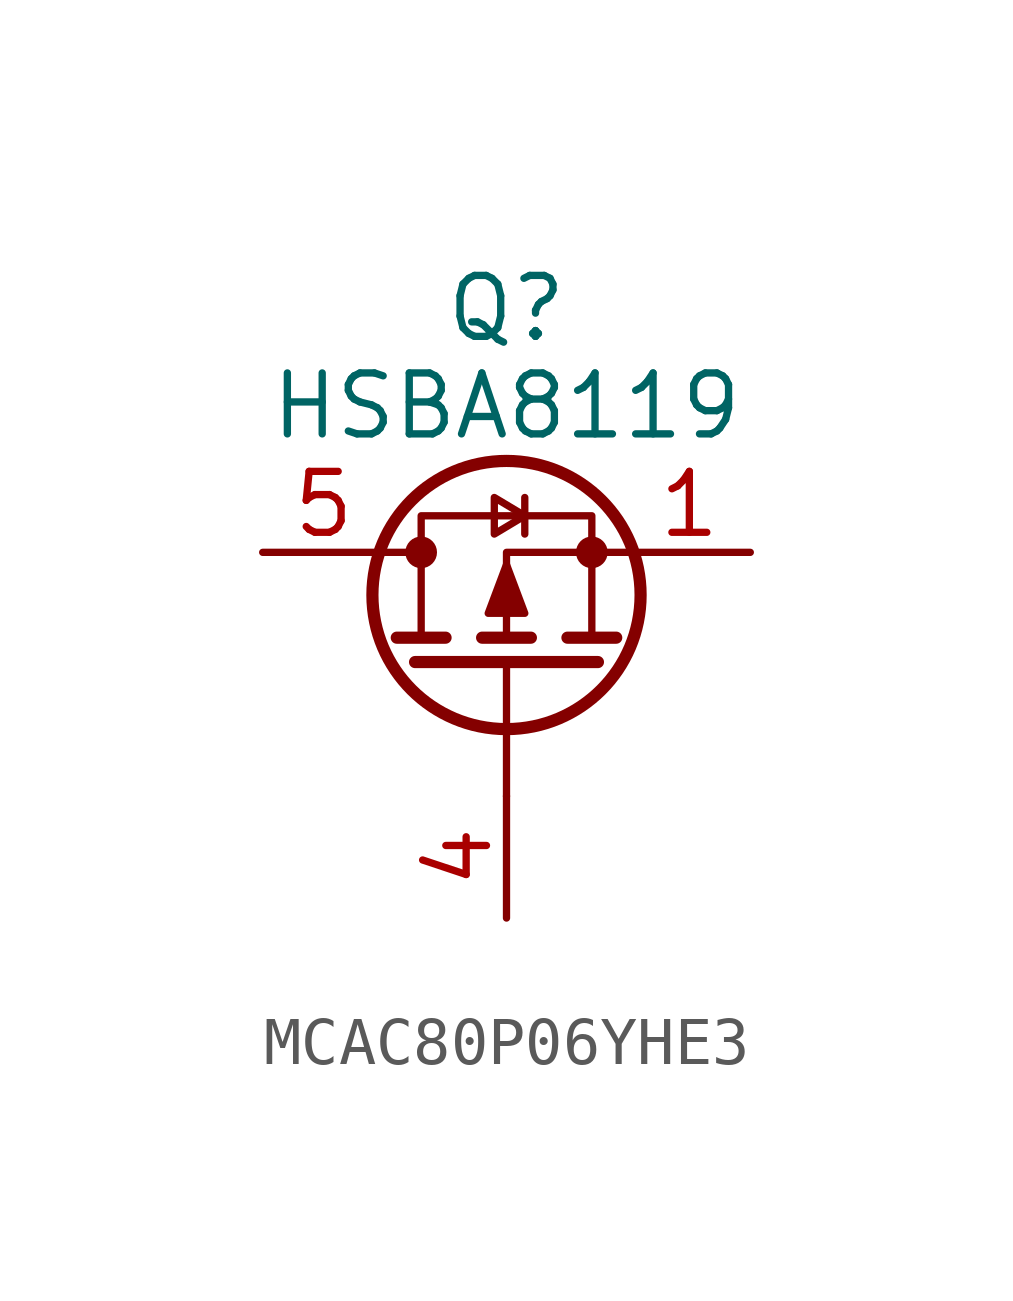
<source format=kicad_sym>
(kicad_symbol_lib
  (version 20241209)
  (generator "kicad_symbol_editor")
  (generator_version "9.0")
  (symbol "MCAC80P06YHE3"
    (property "Reference" "Q"
      (at 0 5.08 0)
      (effects (font (size 1.27 1.27))))
    (property "Value" "HSBA8119"
      (at 0 3.048 0)
      (effects (font (size 1.27 1.27))))
    (symbol "MCAC80P06YHE3_0_1"
      (polyline (pts (xy -2.54 0) (xy -1.778 0)) (stroke (width 0) (type default)) (fill (type none)))
      (polyline (pts (xy -2.286 -1.778) (xy -1.27 -1.778)) (stroke (width 0.254) (type default)) (fill (type none)))
      (polyline (pts (xy -1.905 -2.286) (xy 1.905 -2.286)) (stroke (width 0.254) (type default)) (fill (type none)))
      (circle (center -1.778 0) (radius 0.254) (stroke (width 0) (type default)) (fill (type outline)))
      (polyline (pts (xy -1.778 -1.778) (xy -1.778 0.762) (xy 1.778 0.762) (xy 1.778 -1.778)) (stroke (width 0) (type default)) (fill (type none)))
      (polyline (pts (xy -0.508 -1.778) (xy 0.508 -1.778)) (stroke (width 0.254) (type default)) (fill (type none)))
      (polyline (pts (xy 0 -0.254) (xy -0.381 -1.27) (xy 0.381 -1.27) (xy 0 -0.254)) (stroke (width 0) (type default)) (fill (type outline)))
      (circle (center 0 -0.889) (radius 2.794) (stroke (width 0.254) (type default)) (fill (type none)))
      (polyline (pts (xy 0 -2.286) (xy 0 -5.08)) (stroke (width 0) (type default)) (fill (type none)))
      (polyline (pts (xy 0.381 0.762) (xy -0.254 0.381) (xy -0.254 1.143) (xy 0.381 0.762)) (stroke (width 0) (type default)) (fill (type none)))
      (polyline (pts (xy 0.381 0.381) (xy 0.381 1.143)) (stroke (width 0) (type default)) (fill (type none)))
      (polyline (pts (xy 1.27 -1.778) (xy 2.286 -1.778)) (stroke (width 0.254) (type default)) (fill (type none)))
      (circle (center 1.778 0) (radius 0.254) (stroke (width 0) (type default)) (fill (type outline)))
      (polyline (pts (xy 2.54 0) (xy 0 0) (xy 0 -1.778)) (stroke (width 0) (type default)) (fill (type none))))
    (symbol "MCAC80P06YHE3_1_0"
      (pin passive line (at -5.08 0 0) (length 2.54) (name "" (effects (font (size 1.27 1.27)))) (number "5" (effects (font (size 1.27 1.27)))))
      (pin passive line (at -5.08 0 0) (length 2.54) (hide yes) (name "" (effects (font (size 1.27 1.27)))) (number "6" (effects (font (size 1.27 1.27)))))
      (pin passive line (at -5.08 0 0) (length 2.54) (hide yes) (name "" (effects (font (size 1.27 1.27)))) (number "7" (effects (font (size 1.27 1.27)))))
      (pin passive line (at -5.08 0 0) (length 2.54) (hide yes) (name "" (effects (font (size 1.27 1.27)))) (number "8" (effects (font (size 1.27 1.27)))))
      (pin passive line (at -5.08 0 0) (length 2.54) (hide yes) (name "" (effects (font (size 1.27 1.27)))) (number "9" (effects (font (size 1.27 1.27)))))
      (pin input line (at 0 -7.62 90) (length 2.54) (name "" (effects (font (size 1.27 1.27)))) (number "4" (effects (font (size 1.27 1.27))))))
    (symbol "MCAC80P06YHE3_1_1"
      (pin passive line (at 5.08 0 180) (length 2.54) (name "" (effects (font (size 1.27 1.27)))) (number "1" (effects (font (size 1.27 1.27)))))
      (pin passive line (at 5.08 0 180) (length 2.54) (hide yes) (name "" (effects (font (size 1.27 1.27)))) (number "2" (effects (font (size 1.27 1.27)))))
      (pin passive line (at 5.08 0 180) (length 2.54) (hide yes) (name "" (effects (font (size 1.27 1.27)))) (number "3" (effects (font (size 1.27 1.27))))))))
</source>
